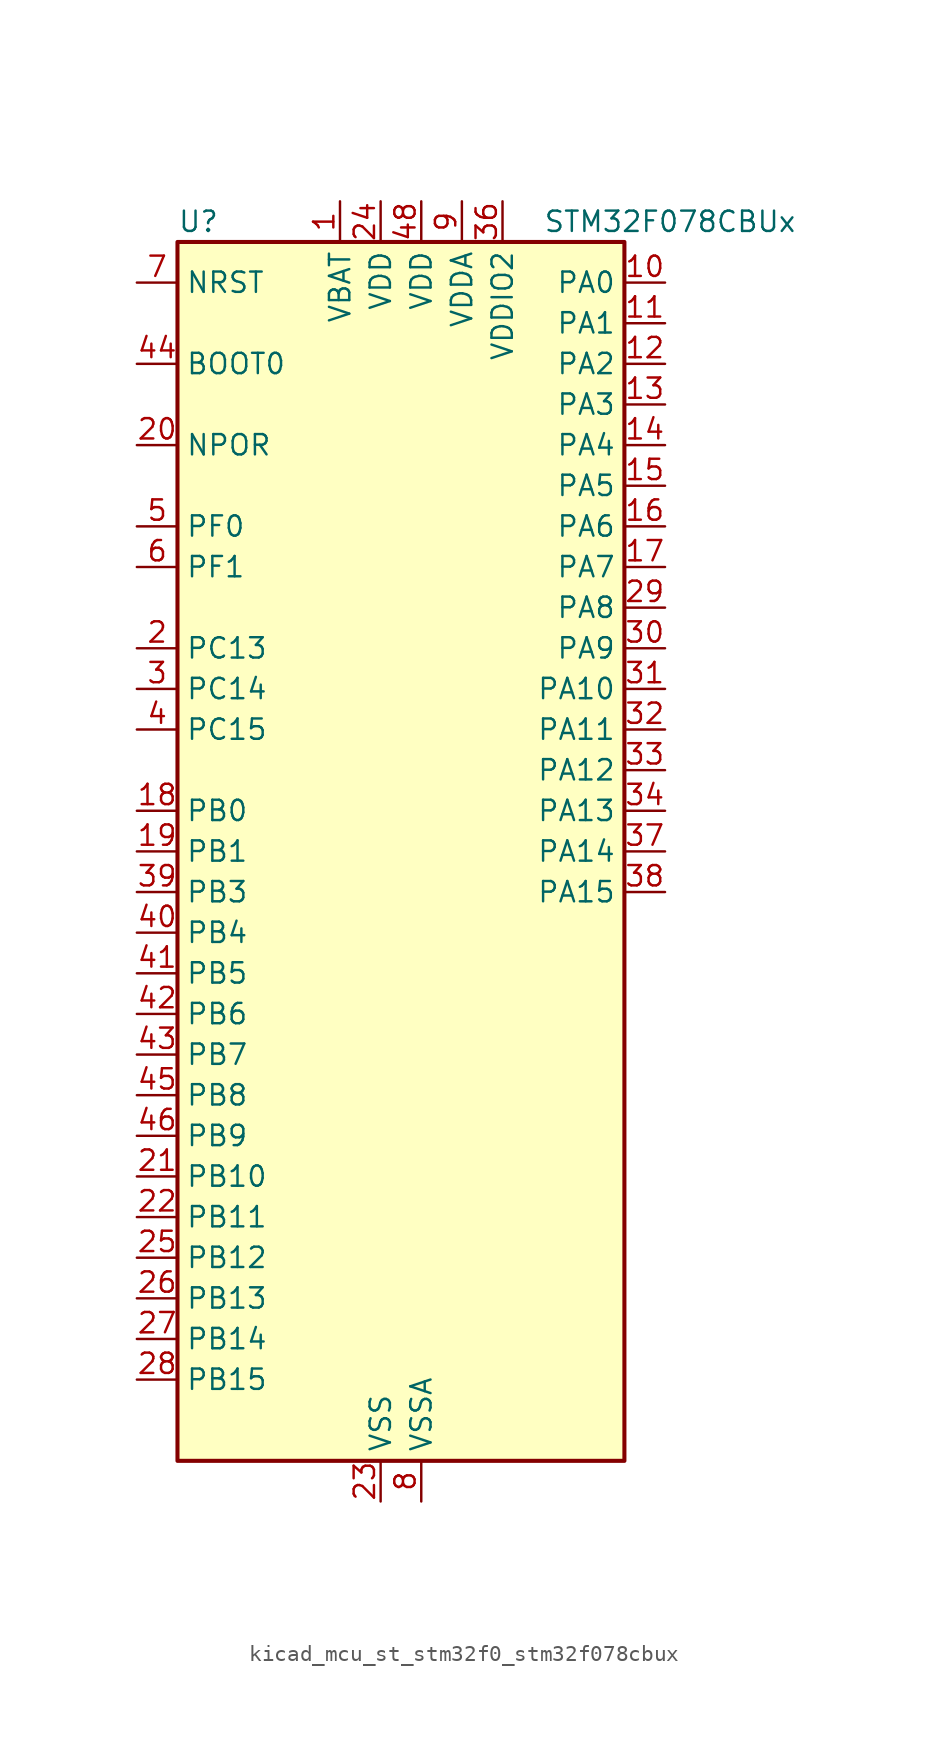
<source format=kicad_sym>
(kicad_symbol_lib
  (version 20220914)
  (generator kicad_symbol_editor)
  (symbol "kicad_mcu_st_stm32f0_stm32f078cbux"
    (property "Reference" "U"
      (at -12.7 39.37 0)
      (effects (font (size 1.27 1.27)) (justify left)))
    (property "Value" "STM32F078CBUx"
      (at 10.16 39.37 0)
      (effects (font (size 1.27 1.27)) (justify left)))
    (property "ki_locked" ""
      (at 0 0 0)
      (effects (font (size 1.27 1.27))))
    (symbol "kicad_mcu_st_stm32f0_stm32f078cbux_0_1"
      (rectangle (start -12.7 -38.1) (end 15.24 38.1) (stroke (width 0.254) (type default)) (fill (type background))))
    (symbol "kicad_mcu_st_stm32f0_stm32f078cbux_1_1"
      (pin power_in line (at -2.54 40.64 270) (length 2.54) (name "VBAT" (effects (font (size 1.27 1.27)))) (number "1" (effects (font (size 1.27 1.27)))))
      (pin bidirectional line (at 17.78 35.56 180) (length 2.54) (name "PA0" (effects (font (size 1.27 1.27)))) (number "10" (effects (font (size 1.27 1.27)))) (alternate "ADC_IN0" bidirectional line) (alternate "COMP1_INM" bidirectional line) (alternate "COMP1_OUT" bidirectional line) (alternate "RTC_TAMP2" bidirectional line) (alternate "SYS_WKUP1" bidirectional line) (alternate "TIM2_CH1" bidirectional line) (alternate "TIM2_ETR" bidirectional line) (alternate "TSC_G1_IO1" bidirectional line) (alternate "USART2_CTS" bidirectional line) (alternate "USART4_TX" bidirectional line))
      (pin bidirectional line (at 17.78 33.02 180) (length 2.54) (name "PA1" (effects (font (size 1.27 1.27)))) (number "11" (effects (font (size 1.27 1.27)))) (alternate "ADC_IN1" bidirectional line) (alternate "COMP1_INP" bidirectional line) (alternate "TIM15_CH1N" bidirectional line) (alternate "TIM2_CH2" bidirectional line) (alternate "TSC_G1_IO2" bidirectional line) (alternate "USART2_DE" bidirectional line) (alternate "USART2_RTS" bidirectional line) (alternate "USART4_RX" bidirectional line))
      (pin bidirectional line (at 17.78 30.48 180) (length 2.54) (name "PA2" (effects (font (size 1.27 1.27)))) (number "12" (effects (font (size 1.27 1.27)))) (alternate "ADC_IN2" bidirectional line) (alternate "COMP2_INM" bidirectional line) (alternate "COMP2_OUT" bidirectional line) (alternate "SYS_WKUP4" bidirectional line) (alternate "TIM15_CH1" bidirectional line) (alternate "TIM2_CH3" bidirectional line) (alternate "TSC_G1_IO3" bidirectional line) (alternate "USART2_TX" bidirectional line))
      (pin bidirectional line (at 17.78 27.94 180) (length 2.54) (name "PA3" (effects (font (size 1.27 1.27)))) (number "13" (effects (font (size 1.27 1.27)))) (alternate "ADC_IN3" bidirectional line) (alternate "COMP2_INP" bidirectional line) (alternate "TIM15_CH2" bidirectional line) (alternate "TIM2_CH4" bidirectional line) (alternate "TSC_G1_IO4" bidirectional line) (alternate "USART2_RX" bidirectional line))
      (pin bidirectional line (at 17.78 25.4 180) (length 2.54) (name "PA4" (effects (font (size 1.27 1.27)))) (number "14" (effects (font (size 1.27 1.27)))) (alternate "ADC_IN4" bidirectional line) (alternate "COMP1_INM" bidirectional line) (alternate "COMP2_INM" bidirectional line) (alternate "DAC_OUT1" bidirectional line) (alternate "I2S1_WS" bidirectional line) (alternate "SPI1_NSS" bidirectional line) (alternate "TIM14_CH1" bidirectional line) (alternate "TSC_G2_IO1" bidirectional line) (alternate "USART2_CK" bidirectional line))
      (pin bidirectional line (at 17.78 22.86 180) (length 2.54) (name "PA5" (effects (font (size 1.27 1.27)))) (number "15" (effects (font (size 1.27 1.27)))) (alternate "ADC_IN5" bidirectional line) (alternate "CEC" bidirectional line) (alternate "COMP1_INM" bidirectional line) (alternate "COMP2_INM" bidirectional line) (alternate "DAC_OUT2" bidirectional line) (alternate "I2S1_CK" bidirectional line) (alternate "SPI1_SCK" bidirectional line) (alternate "TIM2_CH1" bidirectional line) (alternate "TIM2_ETR" bidirectional line) (alternate "TSC_G2_IO2" bidirectional line))
      (pin bidirectional line (at 17.78 20.32 180) (length 2.54) (name "PA6" (effects (font (size 1.27 1.27)))) (number "16" (effects (font (size 1.27 1.27)))) (alternate "ADC_IN6" bidirectional line) (alternate "COMP1_OUT" bidirectional line) (alternate "I2S1_MCK" bidirectional line) (alternate "SPI1_MISO" bidirectional line) (alternate "TIM16_CH1" bidirectional line) (alternate "TIM1_BKIN" bidirectional line) (alternate "TIM3_CH1" bidirectional line) (alternate "TSC_G2_IO3" bidirectional line) (alternate "USART3_CTS" bidirectional line))
      (pin bidirectional line (at 17.78 17.78 180) (length 2.54) (name "PA7" (effects (font (size 1.27 1.27)))) (number "17" (effects (font (size 1.27 1.27)))) (alternate "ADC_IN7" bidirectional line) (alternate "COMP2_OUT" bidirectional line) (alternate "I2S1_SD" bidirectional line) (alternate "SPI1_MOSI" bidirectional line) (alternate "TIM14_CH1" bidirectional line) (alternate "TIM17_CH1" bidirectional line) (alternate "TIM1_CH1N" bidirectional line) (alternate "TIM3_CH2" bidirectional line) (alternate "TSC_G2_IO4" bidirectional line))
      (pin bidirectional line (at -15.24 2.54 0) (length 2.54) (name "PB0" (effects (font (size 1.27 1.27)))) (number "18" (effects (font (size 1.27 1.27)))) (alternate "ADC_IN8" bidirectional line) (alternate "TIM1_CH2N" bidirectional line) (alternate "TIM3_CH3" bidirectional line) (alternate "TSC_G3_IO2" bidirectional line) (alternate "USART3_CK" bidirectional line))
      (pin bidirectional line (at -15.24 0 0) (length 2.54) (name "PB1" (effects (font (size 1.27 1.27)))) (number "19" (effects (font (size 1.27 1.27)))) (alternate "ADC_IN9" bidirectional line) (alternate "TIM14_CH1" bidirectional line) (alternate "TIM1_CH3N" bidirectional line) (alternate "TIM3_CH4" bidirectional line) (alternate "TSC_G3_IO3" bidirectional line) (alternate "USART3_DE" bidirectional line) (alternate "USART3_RTS" bidirectional line))
      (pin bidirectional line (at -15.24 12.7 0) (length 2.54) (name "PC13" (effects (font (size 1.27 1.27)))) (number "2" (effects (font (size 1.27 1.27)))) (alternate "RTC_OUT_ALARM" bidirectional line) (alternate "RTC_OUT_CALIB" bidirectional line) (alternate "RTC_TAMP1" bidirectional line) (alternate "RTC_TS" bidirectional line) (alternate "SYS_WKUP2" bidirectional line))
      (pin input line (at -15.24 25.4 0) (length 2.54) (name "NPOR" (effects (font (size 1.27 1.27)))) (number "20" (effects (font (size 1.27 1.27)))))
      (pin bidirectional line (at -15.24 -20.32 0) (length 2.54) (name "PB10" (effects (font (size 1.27 1.27)))) (number "21" (effects (font (size 1.27 1.27)))) (alternate "CEC" bidirectional line) (alternate "I2C2_SCL" bidirectional line) (alternate "I2S2_CK" bidirectional line) (alternate "SPI2_SCK" bidirectional line) (alternate "TIM2_CH3" bidirectional line) (alternate "TSC_SYNC" bidirectional line) (alternate "USART3_TX" bidirectional line))
      (pin bidirectional line (at -15.24 -22.86 0) (length 2.54) (name "PB11" (effects (font (size 1.27 1.27)))) (number "22" (effects (font (size 1.27 1.27)))) (alternate "I2C2_SDA" bidirectional line) (alternate "TIM2_CH4" bidirectional line) (alternate "TSC_G6_IO1" bidirectional line) (alternate "USART3_RX" bidirectional line))
      (pin power_in line (at 0 -40.64 90) (length 2.54) (name "VSS" (effects (font (size 1.27 1.27)))) (number "23" (effects (font (size 1.27 1.27)))))
      (pin power_in line (at 0 40.64 270) (length 2.54) (name "VDD" (effects (font (size 1.27 1.27)))) (number "24" (effects (font (size 1.27 1.27)))))
      (pin bidirectional line (at -15.24 -25.4 0) (length 2.54) (name "PB12" (effects (font (size 1.27 1.27)))) (number "25" (effects (font (size 1.27 1.27)))) (alternate "I2S2_WS" bidirectional line) (alternate "SPI2_NSS" bidirectional line) (alternate "TIM15_BKIN" bidirectional line) (alternate "TIM1_BKIN" bidirectional line) (alternate "TSC_G6_IO2" bidirectional line) (alternate "USART3_CK" bidirectional line))
      (pin bidirectional line (at -15.24 -27.94 0) (length 2.54) (name "PB13" (effects (font (size 1.27 1.27)))) (number "26" (effects (font (size 1.27 1.27)))) (alternate "I2C2_SCL" bidirectional line) (alternate "I2S2_CK" bidirectional line) (alternate "SPI2_SCK" bidirectional line) (alternate "TIM1_CH1N" bidirectional line) (alternate "TSC_G6_IO3" bidirectional line) (alternate "USART3_CTS" bidirectional line))
      (pin bidirectional line (at -15.24 -30.48 0) (length 2.54) (name "PB14" (effects (font (size 1.27 1.27)))) (number "27" (effects (font (size 1.27 1.27)))) (alternate "I2C2_SDA" bidirectional line) (alternate "I2S2_MCK" bidirectional line) (alternate "SPI2_MISO" bidirectional line) (alternate "TIM15_CH1" bidirectional line) (alternate "TIM1_CH2N" bidirectional line) (alternate "TSC_G6_IO4" bidirectional line) (alternate "USART3_DE" bidirectional line) (alternate "USART3_RTS" bidirectional line))
      (pin bidirectional line (at -15.24 -33.02 0) (length 2.54) (name "PB15" (effects (font (size 1.27 1.27)))) (number "28" (effects (font (size 1.27 1.27)))) (alternate "I2S2_SD" bidirectional line) (alternate "RTC_REFIN" bidirectional line) (alternate "SPI2_MOSI" bidirectional line) (alternate "SYS_WKUP7" bidirectional line) (alternate "TIM15_CH1N" bidirectional line) (alternate "TIM15_CH2" bidirectional line) (alternate "TIM1_CH3N" bidirectional line))
      (pin bidirectional line (at 17.78 15.24 180) (length 2.54) (name "PA8" (effects (font (size 1.27 1.27)))) (number "29" (effects (font (size 1.27 1.27)))) (alternate "CRS_SYNC" bidirectional line) (alternate "RCC_MCO" bidirectional line) (alternate "TIM1_CH1" bidirectional line) (alternate "USART1_CK" bidirectional line))
      (pin bidirectional line (at -15.24 10.16 0) (length 2.54) (name "PC14" (effects (font (size 1.27 1.27)))) (number "3" (effects (font (size 1.27 1.27)))) (alternate "RCC_OSC32_IN" bidirectional line))
      (pin bidirectional line (at 17.78 12.7 180) (length 2.54) (name "PA9" (effects (font (size 1.27 1.27)))) (number "30" (effects (font (size 1.27 1.27)))) (alternate "DAC_EXTI9" bidirectional line) (alternate "TIM15_BKIN" bidirectional line) (alternate "TIM1_CH2" bidirectional line) (alternate "TSC_G4_IO1" bidirectional line) (alternate "USART1_TX" bidirectional line))
      (pin bidirectional line (at 17.78 10.16 180) (length 2.54) (name "PA10" (effects (font (size 1.27 1.27)))) (number "31" (effects (font (size 1.27 1.27)))) (alternate "TIM17_BKIN" bidirectional line) (alternate "TIM1_CH3" bidirectional line) (alternate "TSC_G4_IO2" bidirectional line) (alternate "USART1_RX" bidirectional line))
      (pin bidirectional line (at 17.78 7.62 180) (length 2.54) (name "PA11" (effects (font (size 1.27 1.27)))) (number "32" (effects (font (size 1.27 1.27)))) (alternate "COMP1_OUT" bidirectional line) (alternate "TIM1_CH4" bidirectional line) (alternate "TSC_G4_IO3" bidirectional line) (alternate "USART1_CTS" bidirectional line) (alternate "USB_DM" bidirectional line))
      (pin bidirectional line (at 17.78 5.08 180) (length 2.54) (name "PA12" (effects (font (size 1.27 1.27)))) (number "33" (effects (font (size 1.27 1.27)))) (alternate "COMP2_OUT" bidirectional line) (alternate "TIM1_ETR" bidirectional line) (alternate "TSC_G4_IO4" bidirectional line) (alternate "USART1_DE" bidirectional line) (alternate "USART1_RTS" bidirectional line) (alternate "USB_DP" bidirectional line))
      (pin bidirectional line (at 17.78 2.54 180) (length 2.54) (name "PA13" (effects (font (size 1.27 1.27)))) (number "34" (effects (font (size 1.27 1.27)))) (alternate "IR_OUT" bidirectional line) (alternate "SYS_SWDIO" bidirectional line) (alternate "USB_NOE" bidirectional line))
      (pin passive line (at 0 -40.64 90) (length 2.54) hide (name "VSS" (effects (font (size 1.27 1.27)))) (number "35" (effects (font (size 1.27 1.27)))))
      (pin power_in line (at 7.62 40.64 270) (length 2.54) (name "VDDIO2" (effects (font (size 1.27 1.27)))) (number "36" (effects (font (size 1.27 1.27)))))
      (pin bidirectional line (at 17.78 0 180) (length 2.54) (name "PA14" (effects (font (size 1.27 1.27)))) (number "37" (effects (font (size 1.27 1.27)))) (alternate "SYS_SWCLK" bidirectional line) (alternate "USART2_TX" bidirectional line))
      (pin bidirectional line (at 17.78 -2.54 180) (length 2.54) (name "PA15" (effects (font (size 1.27 1.27)))) (number "38" (effects (font (size 1.27 1.27)))) (alternate "I2S1_WS" bidirectional line) (alternate "SPI1_NSS" bidirectional line) (alternate "TIM2_CH1" bidirectional line) (alternate "TIM2_ETR" bidirectional line) (alternate "USART2_RX" bidirectional line) (alternate "USART4_DE" bidirectional line) (alternate "USART4_RTS" bidirectional line))
      (pin bidirectional line (at -15.24 -2.54 0) (length 2.54) (name "PB3" (effects (font (size 1.27 1.27)))) (number "39" (effects (font (size 1.27 1.27)))) (alternate "I2S1_CK" bidirectional line) (alternate "SPI1_SCK" bidirectional line) (alternate "TIM2_CH2" bidirectional line) (alternate "TSC_G5_IO1" bidirectional line))
      (pin bidirectional line (at -15.24 7.62 0) (length 2.54) (name "PC15" (effects (font (size 1.27 1.27)))) (number "4" (effects (font (size 1.27 1.27)))) (alternate "RCC_OSC32_OUT" bidirectional line))
      (pin bidirectional line (at -15.24 -5.08 0) (length 2.54) (name "PB4" (effects (font (size 1.27 1.27)))) (number "40" (effects (font (size 1.27 1.27)))) (alternate "I2S1_MCK" bidirectional line) (alternate "SPI1_MISO" bidirectional line) (alternate "TIM17_BKIN" bidirectional line) (alternate "TIM3_CH1" bidirectional line) (alternate "TSC_G5_IO2" bidirectional line))
      (pin bidirectional line (at -15.24 -7.62 0) (length 2.54) (name "PB5" (effects (font (size 1.27 1.27)))) (number "41" (effects (font (size 1.27 1.27)))) (alternate "I2C1_SMBA" bidirectional line) (alternate "I2S1_SD" bidirectional line) (alternate "SPI1_MOSI" bidirectional line) (alternate "SYS_WKUP6" bidirectional line) (alternate "TIM16_BKIN" bidirectional line) (alternate "TIM3_CH2" bidirectional line))
      (pin bidirectional line (at -15.24 -10.16 0) (length 2.54) (name "PB6" (effects (font (size 1.27 1.27)))) (number "42" (effects (font (size 1.27 1.27)))) (alternate "I2C1_SCL" bidirectional line) (alternate "TIM16_CH1N" bidirectional line) (alternate "TSC_G5_IO3" bidirectional line) (alternate "USART1_TX" bidirectional line))
      (pin bidirectional line (at -15.24 -12.7 0) (length 2.54) (name "PB7" (effects (font (size 1.27 1.27)))) (number "43" (effects (font (size 1.27 1.27)))) (alternate "I2C1_SDA" bidirectional line) (alternate "TIM17_CH1N" bidirectional line) (alternate "TSC_G5_IO4" bidirectional line) (alternate "USART1_RX" bidirectional line) (alternate "USART4_CTS" bidirectional line))
      (pin input line (at -15.24 30.48 0) (length 2.54) (name "BOOT0" (effects (font (size 1.27 1.27)))) (number "44" (effects (font (size 1.27 1.27)))))
      (pin bidirectional line (at -15.24 -15.24 0) (length 2.54) (name "PB8" (effects (font (size 1.27 1.27)))) (number "45" (effects (font (size 1.27 1.27)))) (alternate "CEC" bidirectional line) (alternate "I2C1_SCL" bidirectional line) (alternate "TIM16_CH1" bidirectional line) (alternate "TSC_SYNC" bidirectional line))
      (pin bidirectional line (at -15.24 -17.78 0) (length 2.54) (name "PB9" (effects (font (size 1.27 1.27)))) (number "46" (effects (font (size 1.27 1.27)))) (alternate "DAC_EXTI9" bidirectional line) (alternate "I2C1_SDA" bidirectional line) (alternate "I2S2_WS" bidirectional line) (alternate "IR_OUT" bidirectional line) (alternate "SPI2_NSS" bidirectional line) (alternate "TIM17_CH1" bidirectional line))
      (pin passive line (at 0 -40.64 90) (length 2.54) hide (name "VSS" (effects (font (size 1.27 1.27)))) (number "47" (effects (font (size 1.27 1.27)))))
      (pin power_in line (at 2.54 40.64 270) (length 2.54) (name "VDD" (effects (font (size 1.27 1.27)))) (number "48" (effects (font (size 1.27 1.27)))))
      (pin passive line (at 0 -40.64 90) (length 2.54) hide (name "VSS" (effects (font (size 1.27 1.27)))) (number "49" (effects (font (size 1.27 1.27)))))
      (pin bidirectional line (at -15.24 20.32 0) (length 2.54) (name "PF0" (effects (font (size 1.27 1.27)))) (number "5" (effects (font (size 1.27 1.27)))) (alternate "CRS_SYNC" bidirectional line) (alternate "RCC_OSC_IN" bidirectional line))
      (pin bidirectional line (at -15.24 17.78 0) (length 2.54) (name "PF1" (effects (font (size 1.27 1.27)))) (number "6" (effects (font (size 1.27 1.27)))) (alternate "RCC_OSC_OUT" bidirectional line))
      (pin input line (at -15.24 35.56 0) (length 2.54) (name "NRST" (effects (font (size 1.27 1.27)))) (number "7" (effects (font (size 1.27 1.27)))))
      (pin power_in line (at 2.54 -40.64 90) (length 2.54) (name "VSSA" (effects (font (size 1.27 1.27)))) (number "8" (effects (font (size 1.27 1.27)))))
      (pin power_in line (at 5.08 40.64 270) (length 2.54) (name "VDDA" (effects (font (size 1.27 1.27)))) (number "9" (effects (font (size 1.27 1.27))))))))
</source>
